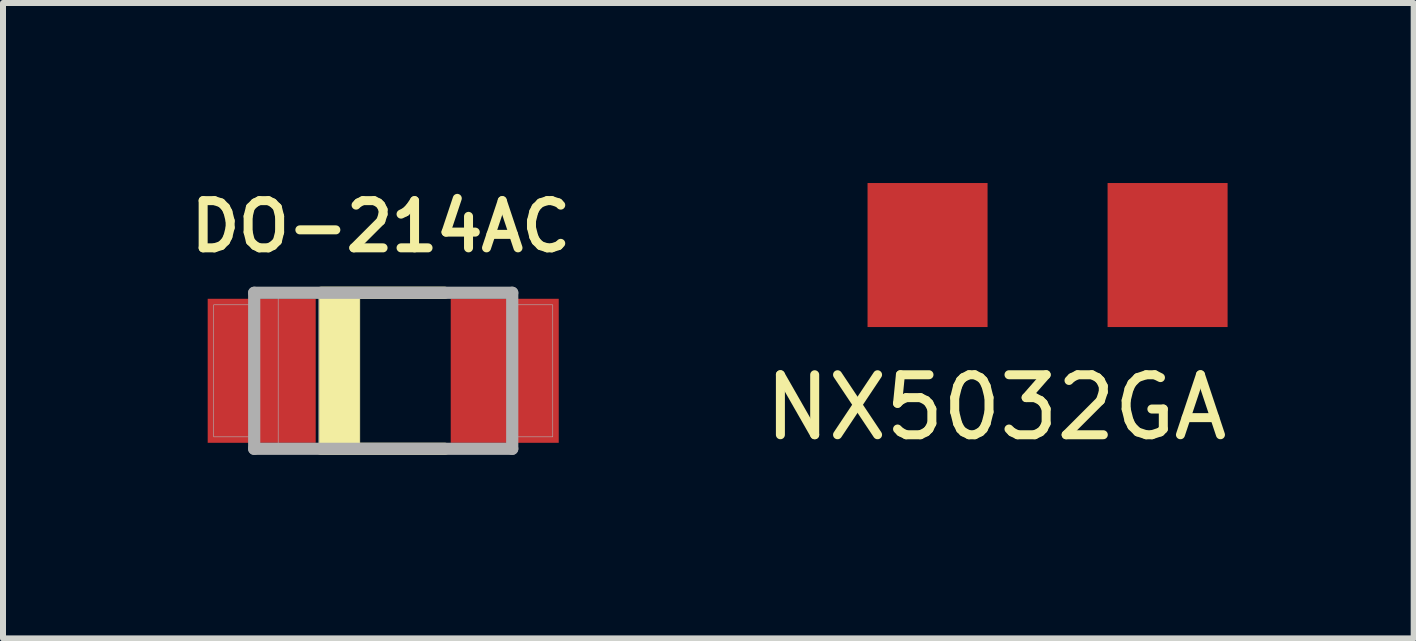
<source format=kicad_pcb>
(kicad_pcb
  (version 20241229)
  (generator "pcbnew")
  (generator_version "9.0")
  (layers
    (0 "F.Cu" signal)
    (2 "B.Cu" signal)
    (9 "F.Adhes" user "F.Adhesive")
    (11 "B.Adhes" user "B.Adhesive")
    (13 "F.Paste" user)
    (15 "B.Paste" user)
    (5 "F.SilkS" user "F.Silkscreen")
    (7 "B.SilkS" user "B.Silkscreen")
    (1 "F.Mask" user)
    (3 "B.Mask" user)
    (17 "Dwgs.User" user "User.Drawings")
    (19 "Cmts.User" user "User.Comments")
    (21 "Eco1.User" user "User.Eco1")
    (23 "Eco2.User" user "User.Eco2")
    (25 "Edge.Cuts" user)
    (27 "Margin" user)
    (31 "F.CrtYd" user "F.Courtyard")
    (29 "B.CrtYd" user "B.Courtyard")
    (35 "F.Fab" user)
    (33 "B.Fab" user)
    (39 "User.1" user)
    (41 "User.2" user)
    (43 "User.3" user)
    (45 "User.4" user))
  (footprint "DO-214AC"
    (layer "F.Cu")
    (at 3.336 3.129)
    (property "Reference" "DO-214AC" (at -0.04 -2.405 0) (layer "F.SilkS") (effects (font (size 0.787 0.787) (thickness 0.15))))
    (attr through_hole)
    (fp_line (start -1.035 -1.3) (end 1.025 -1.3) (stroke (width 0.203) (type solid)) (layer "F.SilkS"))
    (fp_line (start 1.025 1.3) (end -1.035 1.3) (stroke (width 0.203) (type solid)) (layer "F.SilkS"))
    (fp_poly (pts (xy -1.065 -1.225) (xy -0.39 -1.225) (xy -0.39 1.225) (xy -1.065 1.225)) (stroke (width 0.01) (type solid)) (fill yes) (layer "F.SilkS"))
    (fp_line (start -2.15 -1.3) (end 2.15 -1.3) (stroke (width 0.203) (type solid)) (layer "F.Fab"))
    (fp_line (start -2.15 1.3) (end -2.15 -1.3) (stroke (width 0.203) (type solid)) (layer "F.Fab"))
    (fp_line (start 2.15 -1.3) (end 2.15 1.3) (stroke (width 0.203) (type solid)) (layer "F.Fab"))
    (fp_line (start 2.15 1.3) (end -2.15 1.3) (stroke (width 0.203) (type solid)) (layer "F.Fab"))
    (fp_poly (pts (xy -2.825 -1.1) (xy -2.175 -1.1) (xy -2.175 1.1) (xy -2.825 1.1)) (stroke (width 0.01) (type solid)) (fill no) (layer "F.Fab"))
    (fp_poly (pts (xy -1.75 -1.225) (xy -1.075 -1.225) (xy -1.075 1.225) (xy -1.75 1.225)) (stroke (width 0.01) (type solid)) (fill no) (layer "F.Fab"))
    (fp_poly (pts (xy 2.175 -1.1) (xy 2.825 -1.1) (xy 2.825 1.1) (xy 2.175 1.1)) (stroke (width 0.01) (type solid)) (fill no) (layer "F.Fab"))
    (pad "A" smd rect (at 2.025 0 180) (size 1.8 2.4) (layers "F.Cu" "F.Mask" "F.Paste"))
    (pad "C" smd rect (at -2.025 0) (size 1.8 2.4) (layers "F.Cu" "F.Mask" "F.Paste")))
  (footprint "NX5032GA"
    (layer "F.Cu")
    (at 14.439 1.2)
    (property "Reference" "NX5032GA" (at -0.889 2.54 0) (layer "F.SilkS") (effects (font (size 1 1) (thickness 0.15))))
    (attr through_hole)
    (pad "1" smd rect (at -2.032 0) (size 2 2.4) (layers "F.Cu" "F.Mask" "F.Paste"))
    (pad "2" smd rect (at 1.968 0) (size 2 2.4) (layers "F.Cu" "F.Mask" "F.Paste")))
  (gr_rect
    (start -3 -3)
    (end 20.508 7.588)
    (stroke (width 0.1) (type default))
    (fill no)
    (layer "Edge.Cuts")))
</source>
